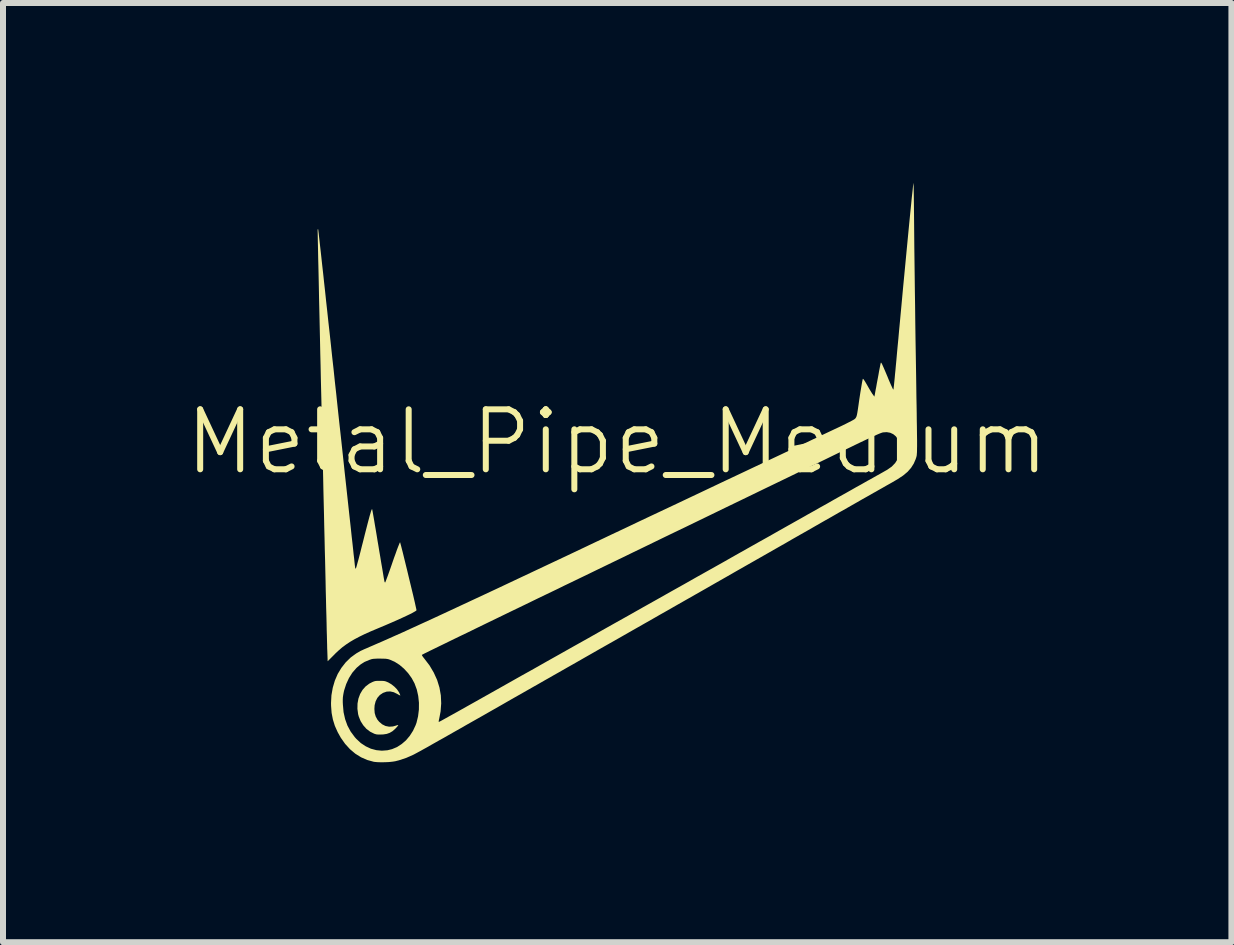
<source format=kicad_pcb>
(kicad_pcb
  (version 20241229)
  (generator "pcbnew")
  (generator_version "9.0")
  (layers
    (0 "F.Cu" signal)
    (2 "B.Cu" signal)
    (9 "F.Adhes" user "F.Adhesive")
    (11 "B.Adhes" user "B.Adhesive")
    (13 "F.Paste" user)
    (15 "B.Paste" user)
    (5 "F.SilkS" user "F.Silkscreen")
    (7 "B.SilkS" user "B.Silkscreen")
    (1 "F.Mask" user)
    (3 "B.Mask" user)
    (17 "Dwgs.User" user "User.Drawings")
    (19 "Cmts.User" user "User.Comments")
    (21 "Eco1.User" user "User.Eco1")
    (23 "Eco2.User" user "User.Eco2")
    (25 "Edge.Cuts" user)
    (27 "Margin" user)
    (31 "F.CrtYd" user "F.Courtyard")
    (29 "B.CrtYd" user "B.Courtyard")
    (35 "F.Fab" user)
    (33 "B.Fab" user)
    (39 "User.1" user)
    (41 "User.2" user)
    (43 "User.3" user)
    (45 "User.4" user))
  (footprint "Metal_Pipe_Medium"
    (layer "F.Cu")
    (at 7.24 4.817)
    (property "Reference" "Metal_Pipe_Medium" (at 0 -0.5 0) (unlocked yes) (layer "F.SilkS") (effects (font (size 1 1) (thickness 0.1))))
    (attr through_hole)
    (fp_poly (pts (xy -3.917 3.485) (xy -3.887 3.487) (xy -3.864 3.492) (xy -3.84 3.501) (xy -3.815 3.512) (xy -3.764 3.542) (xy -3.715 3.581) (xy -3.672 3.625) (xy -3.641 3.67) (xy -3.635 3.68) (xy -3.624 3.705) (xy -3.617 3.722) (xy -3.616 3.729) (xy -3.625 3.726) (xy -3.643 3.717) (xy -3.665 3.704) (xy -3.725 3.674) (xy -3.784 3.661) (xy -3.843 3.664) (xy -3.846 3.665) (xy -3.906 3.686) (xy -3.957 3.721) (xy -3.998 3.768) (xy -4.027 3.825) (xy -4.044 3.891) (xy -4.048 3.952) (xy -4.043 4.021) (xy -4.026 4.079) (xy -3.998 4.131) (xy -3.969 4.166) (xy -3.919 4.209) (xy -3.863 4.237) (xy -3.802 4.249) (xy -3.739 4.245) (xy -3.693 4.232) (xy -3.669 4.224) (xy -3.653 4.222) (xy -3.649 4.224) (xy -3.655 4.233) (xy -3.67 4.251) (xy -3.691 4.274) (xy -3.702 4.285) (xy -3.746 4.324) (xy -3.792 4.351) (xy -3.842 4.369) (xy -3.901 4.378) (xy -3.931 4.379) (xy -3.975 4.38) (xy -4.008 4.378) (xy -4.036 4.371) (xy -4.051 4.366) (xy -4.119 4.332) (xy -4.181 4.285) (xy -4.234 4.225) (xy -4.277 4.157) (xy -4.308 4.081) (xy -4.319 4.041) (xy -4.331 3.95) (xy -4.329 3.862) (xy -4.314 3.78) (xy -4.286 3.704) (xy -4.246 3.636) (xy -4.195 3.578) (xy -4.133 3.531) (xy -4.106 3.517) (xy -4.076 3.502) (xy -4.052 3.493) (xy -4.029 3.487) (xy -4.002 3.485) (xy -3.964 3.485) (xy -3.957 3.485)) (stroke (width 0) (type solid)) (fill yes) (layer "F.SilkS"))
    (fp_poly (pts (xy -4.985 -4.044) (xy -4.984 -4.035) (xy -4.981 -4.01) (xy -4.976 -3.97) (xy -4.97 -3.915) (xy -4.962 -3.845) (xy -4.953 -3.762) (xy -4.942 -3.666) (xy -4.93 -3.557) (xy -4.917 -3.437) (xy -4.902 -3.305) (xy -4.887 -3.163) (xy -4.87 -3.01) (xy -4.853 -2.848) (xy -4.834 -2.678) (xy -4.815 -2.499) (xy -4.794 -2.313) (xy -4.773 -2.119) (xy -4.752 -1.92) (xy -4.729 -1.715) (xy -4.707 -1.504) (xy -4.683 -1.289) (xy -4.677 -1.23) (xy -4.654 -1.014) (xy -4.631 -0.802) (xy -4.608 -0.595) (xy -4.586 -0.393) (xy -4.565 -0.197) (xy -4.545 -0.008) (xy -4.525 0.173) (xy -4.506 0.347) (xy -4.488 0.512) (xy -4.471 0.668) (xy -4.455 0.814) (xy -4.44 0.949) (xy -4.427 1.074) (xy -4.414 1.187) (xy -4.403 1.288) (xy -4.394 1.376) (xy -4.385 1.45) (xy -4.379 1.51) (xy -4.374 1.556) (xy -4.37 1.586) (xy -4.368 1.6) (xy -4.368 1.601) (xy -4.365 1.614) (xy -4.361 1.614) (xy -4.354 1.601) (xy -4.35 1.593) (xy -4.346 1.579) (xy -4.338 1.55) (xy -4.327 1.509) (xy -4.312 1.456) (xy -4.296 1.394) (xy -4.278 1.324) (xy -4.259 1.247) (xy -4.238 1.166) (xy -4.234 1.15) (xy -4.206 1.038) (xy -4.181 0.941) (xy -4.16 0.859) (xy -4.142 0.791) (xy -4.127 0.735) (xy -4.114 0.692) (xy -4.105 0.66) (xy -4.097 0.638) (xy -4.091 0.625) (xy -4.087 0.621) (xy -4.085 0.624) (xy -4.083 0.634) (xy -4.078 0.659) (xy -4.071 0.699) (xy -4.062 0.751) (xy -4.051 0.814) (xy -4.039 0.887) (xy -4.025 0.968) (xy -4.01 1.057) (xy -3.995 1.151) (xy -3.982 1.226) (xy -3.966 1.324) (xy -3.95 1.417) (xy -3.936 1.504) (xy -3.922 1.584) (xy -3.91 1.655) (xy -3.9 1.716) (xy -3.892 1.765) (xy -3.885 1.802) (xy -3.881 1.824) (xy -3.88 1.831) (xy -3.873 1.843) (xy -3.869 1.846) (xy -3.865 1.838) (xy -3.856 1.816) (xy -3.843 1.781) (xy -3.826 1.736) (xy -3.806 1.68) (xy -3.784 1.618) (xy -3.76 1.549) (xy -3.746 1.508) (xy -3.72 1.433) (xy -3.695 1.365) (xy -3.674 1.305) (xy -3.655 1.255) (xy -3.639 1.215) (xy -3.628 1.188) (xy -3.621 1.175) (xy -3.62 1.174) (xy -3.617 1.182) (xy -3.611 1.205) (xy -3.601 1.242) (xy -3.589 1.289) (xy -3.574 1.347) (xy -3.558 1.413) (xy -3.54 1.486) (xy -3.521 1.564) (xy -3.501 1.645) (xy -3.481 1.729) (xy -3.461 1.812) (xy -3.441 1.894) (xy -3.422 1.973) (xy -3.404 2.047) (xy -3.388 2.116) (xy -3.374 2.176) (xy -3.363 2.227) (xy -3.354 2.267) (xy -3.348 2.294) (xy -3.346 2.307) (xy -3.346 2.307) (xy -3.353 2.316) (xy -3.376 2.33) (xy -3.411 2.35) (xy -3.46 2.375) (xy -3.519 2.403) (xy -3.59 2.436) (xy -3.669 2.472) (xy -3.758 2.511) (xy -3.853 2.552) (xy -3.955 2.595) (xy -3.986 2.608) (xy -4.105 2.658) (xy -4.21 2.705) (xy -4.302 2.75) (xy -4.383 2.793) (xy -4.456 2.836) (xy -4.522 2.88) (xy -4.584 2.926) (xy -4.642 2.976) (xy -4.699 3.029) (xy -4.712 3.043) (xy -4.827 3.158) (xy -4.832 3.014) (xy -4.833 2.986) (xy -4.835 2.944) (xy -4.836 2.886) (xy -4.838 2.814) (xy -4.84 2.73) (xy -4.843 2.632) (xy -4.845 2.522) (xy -4.848 2.401) (xy -4.852 2.269) (xy -4.855 2.128) (xy -4.859 1.977) (xy -4.862 1.817) (xy -4.866 1.649) (xy -4.87 1.474) (xy -4.875 1.292) (xy -4.879 1.105) (xy -4.884 0.912) (xy -4.888 0.714) (xy -4.893 0.512) (xy -4.898 0.308) (xy -4.902 0.1) (xy -4.907 -0.109) (xy -4.912 -0.32) (xy -4.917 -0.531) (xy -4.922 -0.743) (xy -4.927 -0.953) (xy -4.931 -1.162) (xy -4.936 -1.369) (xy -4.941 -1.574) (xy -4.945 -1.774) (xy -4.95 -1.971) (xy -4.954 -2.163) (xy -4.958 -2.349) (xy -4.962 -2.53) (xy -4.966 -2.703) (xy -4.97 -2.869) (xy -4.973 -3.027) (xy -4.976 -3.177) (xy -4.979 -3.316) (xy -4.982 -3.446) (xy -4.985 -3.564) (xy -4.987 -3.672) (xy -4.989 -3.767) (xy -4.991 -3.849) (xy -4.992 -3.917) (xy -4.993 -3.972) (xy -4.994 -4.011) (xy -4.994 -4.035) (xy -4.994 -4.043) (xy -4.985 -4.044)) (stroke (width 0) (type solid)) (fill yes) (layer "F.SilkS"))
    (fp_poly (pts (xy 4.941 -4.809) (xy 4.942 -4.786) (xy 4.943 -4.749) (xy 4.944 -4.698) (xy 4.945 -4.636) (xy 4.946 -4.564) (xy 4.947 -4.483) (xy 4.948 -4.394) (xy 4.949 -4.298) (xy 4.95 -4.199) (xy 4.952 -3.977) (xy 4.954 -3.75) (xy 4.957 -3.517) (xy 4.96 -3.277) (xy 4.963 -3.028) (xy 4.967 -2.769) (xy 4.97 -2.499) (xy 4.974 -2.217) (xy 4.979 -1.921) (xy 4.984 -1.61) (xy 4.987 -1.403) (xy 4.989 -1.244) (xy 4.992 -1.101) (xy 4.994 -0.973) (xy 4.995 -0.86) (xy 4.997 -0.759) (xy 4.998 -0.671) (xy 4.999 -0.594) (xy 5 -0.528) (xy 5 -0.471) (xy 5 -0.423) (xy 4.999 -0.383) (xy 4.999 -0.35) (xy 4.998 -0.322) (xy 4.996 -0.3) (xy 4.995 -0.282) (xy 4.993 -0.267) (xy 4.99 -0.255) (xy 4.987 -0.244) (xy 4.984 -0.234) (xy 4.98 -0.223) (xy 4.978 -0.215) (xy 4.945 -0.138) (xy 4.9 -0.067) (xy 4.842 -0.001) (xy 4.768 0.061) (xy 4.679 0.12) (xy 4.671 0.125) (xy 4.64 0.143) (xy 4.596 0.169) (xy 4.543 0.199) (xy 4.482 0.233) (xy 4.418 0.27) (xy 4.352 0.307) (xy 4.311 0.331) (xy 4.274 0.351) (xy 4.224 0.38) (xy 4.162 0.415) (xy 4.087 0.457) (xy 4.002 0.506) (xy 3.907 0.56) (xy 3.804 0.619) (xy 3.692 0.682) (xy 3.574 0.75) (xy 3.45 0.82) (xy 3.321 0.894) (xy 3.189 0.97) (xy 3.053 1.047) (xy 2.916 1.125) (xy 2.811 1.186) (xy 2.658 1.273) (xy 2.497 1.365) (xy 2.33 1.46) (xy 2.158 1.558) (xy 1.984 1.657) (xy 1.81 1.757) (xy 1.636 1.856) (xy 1.465 1.954) (xy 1.298 2.049) (xy 1.138 2.14) (xy 0.985 2.227) (xy 0.842 2.309) (xy 0.711 2.383) (xy 0.619 2.436) (xy 0.431 2.543) (xy 0.257 2.642) (xy 0.096 2.734) (xy -0.053 2.819) (xy -0.191 2.897) (xy -0.318 2.969) (xy -0.435 3.036) (xy -0.544 3.098) (xy -0.645 3.156) (xy -0.738 3.209) (xy -0.825 3.258) (xy -0.907 3.305) (xy -0.984 3.349) (xy -1.057 3.39) (xy -1.126 3.43) (xy -1.194 3.468) (xy -1.26 3.506) (xy -1.326 3.544) (xy -1.378 3.573) (xy -1.578 3.687) (xy -1.765 3.793) (xy -1.937 3.892) (xy -2.097 3.983) (xy -2.244 4.067) (xy -2.38 4.144) (xy -2.504 4.214) (xy -2.617 4.279) (xy -2.72 4.337) (xy -2.813 4.39) (xy -2.897 4.438) (xy -2.973 4.48) (xy -3.04 4.518) (xy -3.1 4.552) (xy -3.152 4.582) (xy -3.199 4.608) (xy -3.239 4.63) (xy -3.274 4.65) (xy -3.304 4.666) (xy -3.33 4.68) (xy -3.352 4.692) (xy -3.371 4.702) (xy -3.387 4.711) (xy -3.402 4.718) (xy -3.404 4.719) (xy -3.517 4.769) (xy -3.638 4.809) (xy -3.701 4.825) (xy -3.746 4.832) (xy -3.802 4.838) (xy -3.864 4.841) (xy -3.926 4.842) (xy -3.985 4.841) (xy -4.034 4.837) (xy -4.058 4.834) (xy -4.167 4.804) (xy -4.27 4.759) (xy -4.366 4.699) (xy -4.455 4.624) (xy -4.536 4.535) (xy -4.608 4.433) (xy -4.66 4.34) (xy -4.707 4.235) (xy -4.74 4.129) (xy -4.761 4.02) (xy -4.77 3.902) (xy -4.771 3.856) (xy -4.768 3.796) (xy -4.575 3.796) (xy -4.575 3.842) (xy -4.573 3.881) (xy -4.562 4.007) (xy -4.536 4.123) (xy -4.497 4.231) (xy -4.443 4.331) (xy -4.375 4.423) (xy -4.349 4.452) (xy -4.274 4.522) (xy -4.192 4.576) (xy -4.106 4.616) (xy -4.016 4.64) (xy -3.924 4.649) (xy -3.83 4.642) (xy -3.753 4.623) (xy -3.67 4.588) (xy -3.593 4.538) (xy -3.521 4.476) (xy -3.458 4.401) (xy -3.404 4.317) (xy -3.361 4.225) (xy -3.346 4.184) (xy -3.32 4.077) (xy -3.306 3.964) (xy -3.305 3.85) (xy -3.317 3.737) (xy -3.341 3.629) (xy -3.378 3.529) (xy -3.378 3.528) (xy -3.426 3.439) (xy -3.485 3.357) (xy -3.554 3.282) (xy -3.629 3.218) (xy -3.709 3.167) (xy -3.784 3.134) (xy -3.809 3.125) (xy -3.832 3.12) (xy -3.859 3.116) (xy -3.893 3.115) (xy -3.939 3.114) (xy -3.957 3.114) (xy -4.006 3.114) (xy -4.042 3.116) (xy -4.07 3.118) (xy -4.095 3.123) (xy -4.119 3.131) (xy -4.136 3.137) (xy -4.212 3.169) (xy -4.277 3.21) (xy -4.339 3.262) (xy -4.349 3.272) (xy -4.416 3.349) (xy -4.472 3.438) (xy -4.518 3.538) (xy -4.553 3.646) (xy -4.561 3.683) (xy -4.568 3.722) (xy -4.573 3.757) (xy -4.575 3.796) (xy -4.768 3.796) (xy -4.764 3.724) (xy -4.742 3.599) (xy -4.707 3.48) (xy -4.659 3.369) (xy -4.598 3.268) (xy -4.526 3.176) (xy -4.443 3.095) (xy -4.383 3.051) (xy -3.256 3.051) (xy -3.254 3.06) (xy -3.243 3.078) (xy -3.225 3.102) (xy -3.217 3.112) (xy -3.129 3.227) (xy -3.058 3.347) (xy -3.002 3.47) (xy -2.963 3.597) (xy -2.94 3.727) (xy -2.934 3.859) (xy -2.944 3.994) (xy -2.966 4.109) (xy -2.973 4.141) (xy -2.976 4.159) (xy -2.976 4.167) (xy -2.971 4.168) (xy -2.967 4.167) (xy -2.957 4.162) (xy -2.934 4.15) (xy -2.9 4.131) (xy -2.855 4.106) (xy -2.803 4.077) (xy -2.745 4.045) (xy -2.682 4.01) (xy -2.671 4.004) (xy -2.52 3.919) (xy -2.356 3.827) (xy -2.182 3.729) (xy -1.997 3.625) (xy -1.804 3.516) (xy -1.602 3.402) (xy -1.392 3.285) (xy -1.177 3.163) (xy -0.956 3.039) (xy -0.731 2.912) (xy -0.502 2.784) (xy -0.271 2.653) (xy -0.038 2.522) (xy 0.196 2.391) (xy 0.429 2.259) (xy 0.661 2.129) (xy 0.891 1.999) (xy 1.118 1.872) (xy 1.34 1.746) (xy 1.558 1.624) (xy 1.77 1.505) (xy 1.974 1.389) (xy 2.171 1.278) (xy 2.359 1.172) (xy 2.538 1.072) (xy 2.705 0.977) (xy 2.861 0.889) (xy 3.005 0.808) (xy 3.135 0.735) (xy 3.164 0.718) (xy 3.277 0.655) (xy 3.389 0.591) (xy 3.501 0.529) (xy 3.609 0.467) (xy 3.714 0.408) (xy 3.813 0.353) (xy 3.905 0.301) (xy 3.989 0.253) (xy 4.064 0.212) (xy 4.127 0.176) (xy 4.178 0.147) (xy 4.201 0.135) (xy 4.263 0.1) (xy 4.323 0.066) (xy 4.379 0.035) (xy 4.427 0.008) (xy 4.467 -0.015) (xy 4.496 -0.031) (xy 4.507 -0.038) (xy 4.577 -0.087) (xy 4.634 -0.146) (xy 4.677 -0.213) (xy 4.705 -0.287) (xy 4.718 -0.365) (xy 4.717 -0.417) (xy 4.706 -0.484) (xy 4.682 -0.542) (xy 4.647 -0.591) (xy 4.603 -0.628) (xy 4.552 -0.652) (xy 4.494 -0.662) (xy 4.432 -0.658) (xy 4.417 -0.654) (xy 4.397 -0.647) (xy 4.364 -0.634) (xy 4.32 -0.615) (xy 4.268 -0.592) (xy 4.211 -0.566) (xy 4.151 -0.537) (xy 4.132 -0.528) (xy 4.058 -0.493) (xy 3.977 -0.454) (xy 3.889 -0.411) (xy 3.791 -0.364) (xy 3.685 -0.313) (xy 3.57 -0.257) (xy 3.445 -0.196) (xy 3.31 -0.131) (xy 3.164 -0.061) (xy 3.008 0.015) (xy 2.839 0.097) (xy 2.659 0.184) (xy 2.466 0.277) (xy 2.26 0.377) (xy 2.041 0.483) (xy 1.809 0.595) (xy 1.562 0.715) (xy 1.3 0.842) (xy 1.298 0.843) (xy 1.131 0.924) (xy 0.96 1.006) (xy 0.788 1.089) (xy 0.615 1.173) (xy 0.442 1.257) (xy 0.272 1.339) (xy 0.104 1.421) (xy -0.06 1.5) (xy -0.219 1.577) (xy -0.37 1.65) (xy -0.514 1.72) (xy -0.649 1.785) (xy -0.773 1.845) (xy -0.886 1.899) (xy -0.985 1.948) (xy -1.062 1.985) (xy -1.31 2.104) (xy -1.542 2.217) (xy -1.76 2.322) (xy -1.962 2.42) (xy -2.15 2.511) (xy -2.323 2.595) (xy -2.48 2.672) (xy -2.624 2.741) (xy -2.752 2.803) (xy -2.866 2.859) (xy -2.965 2.907) (xy -3.049 2.948) (xy -3.119 2.982) (xy -3.175 3.01) (xy -3.216 3.03) (xy -3.242 3.044) (xy -3.255 3.05) (xy -3.256 3.051) (xy -4.383 3.051) (xy -4.348 3.026) (xy -4.277 2.985) (xy -4.255 2.975) (xy -4.221 2.959) (xy -4.176 2.94) (xy -4.124 2.917) (xy -4.068 2.893) (xy -4.025 2.874) (xy -3.932 2.834) (xy -3.826 2.787) (xy -3.705 2.733) (xy -3.57 2.673) (xy -3.422 2.605) (xy -3.258 2.53) (xy -3.081 2.449) (xy -2.889 2.36) (xy -2.683 2.264) (xy -2.462 2.161) (xy -2.226 2.051) (xy -1.976 1.934) (xy -1.711 1.809) (xy -1.431 1.677) (xy -1.136 1.538) (xy -0.826 1.392) (xy -0.501 1.238) (xy -0.468 1.222) (xy -0.354 1.168) (xy -0.231 1.11) (xy -0.097 1.046) (xy 0.046 0.979) (xy 0.196 0.908) (xy 0.353 0.833) (xy 0.516 0.756) (xy 0.684 0.677) (xy 0.856 0.596) (xy 1.032 0.513) (xy 1.209 0.429) (xy 1.387 0.345) (xy 1.566 0.26) (xy 1.743 0.176) (xy 1.919 0.093) (xy 2.093 0.011) (xy 2.262 -0.069) (xy 2.427 -0.147) (xy 2.587 -0.222) (xy 2.74 -0.294) (xy 2.885 -0.363) (xy 3.022 -0.427) (xy 3.15 -0.487) (xy 3.267 -0.543) (xy 3.373 -0.593) (xy 3.467 -0.637) (xy 3.547 -0.675) (xy 3.613 -0.706) (xy 3.619 -0.709) (xy 3.688 -0.741) (xy 3.753 -0.772) (xy 3.812 -0.801) (xy 3.863 -0.827) (xy 3.906 -0.849) (xy 3.937 -0.866) (xy 3.955 -0.877) (xy 3.958 -0.879) (xy 3.972 -0.892) (xy 3.982 -0.907) (xy 3.991 -0.927) (xy 3.998 -0.954) (xy 4.005 -0.991) (xy 4.013 -1.042) (xy 4.016 -1.062) (xy 4.025 -1.124) (xy 4.034 -1.189) (xy 4.044 -1.255) (xy 4.054 -1.32) (xy 4.064 -1.38) (xy 4.073 -1.435) (xy 4.081 -1.482) (xy 4.088 -1.518) (xy 4.093 -1.541) (xy 4.095 -1.55) (xy 4.102 -1.549) (xy 4.114 -1.534) (xy 4.133 -1.505) (xy 4.159 -1.461) (xy 4.166 -1.449) (xy 4.191 -1.405) (xy 4.215 -1.364) (xy 4.237 -1.328) (xy 4.254 -1.301) (xy 4.259 -1.295) (xy 4.288 -1.254) (xy 4.293 -1.278) (xy 4.296 -1.292) (xy 4.301 -1.321) (xy 4.308 -1.361) (xy 4.318 -1.411) (xy 4.328 -1.469) (xy 4.34 -1.533) (xy 4.345 -1.559) (xy 4.357 -1.623) (xy 4.367 -1.681) (xy 4.377 -1.731) (xy 4.385 -1.772) (xy 4.391 -1.802) (xy 4.395 -1.817) (xy 4.396 -1.82) (xy 4.399 -1.821) (xy 4.404 -1.817) (xy 4.41 -1.807) (xy 4.419 -1.79) (xy 4.431 -1.763) (xy 4.448 -1.725) (xy 4.469 -1.676) (xy 4.496 -1.612) (xy 4.505 -1.591) (xy 4.528 -1.534) (xy 4.55 -1.483) (xy 4.569 -1.44) (xy 4.585 -1.406) (xy 4.596 -1.383) (xy 4.601 -1.374) (xy 4.602 -1.374) (xy 4.603 -1.373) (xy 4.604 -1.373) (xy 4.605 -1.374) (xy 4.606 -1.377) (xy 4.607 -1.382) (xy 4.609 -1.391) (xy 4.61 -1.404) (xy 4.612 -1.422) (xy 4.615 -1.447) (xy 4.618 -1.478) (xy 4.622 -1.517) (xy 4.627 -1.566) (xy 4.632 -1.623) (xy 4.639 -1.691) (xy 4.646 -1.77) (xy 4.655 -1.862) (xy 4.664 -1.966) (xy 4.675 -2.085) (xy 4.688 -2.218) (xy 4.701 -2.366) (xy 4.707 -2.427) (xy 4.728 -2.651) (xy 4.748 -2.867) (xy 4.767 -3.074) (xy 4.786 -3.272) (xy 4.804 -3.46) (xy 4.821 -3.639) (xy 4.837 -3.806) (xy 4.852 -3.963) (xy 4.866 -4.108) (xy 4.879 -4.242) (xy 4.891 -4.362) (xy 4.902 -4.47) (xy 4.911 -4.564) (xy 4.92 -4.644) (xy 4.927 -4.709) (xy 4.932 -4.76) (xy 4.937 -4.795) (xy 4.94 -4.814) (xy 4.941 -4.817)) (stroke (width 0) (type solid)) (fill yes) (layer "F.SilkS")))
  (gr_rect
    (start -3 -3)
    (end 17.481 12.659)
    (stroke (width 0.1) (type default))
    (fill no)
    (layer "Edge.Cuts")))
</source>
